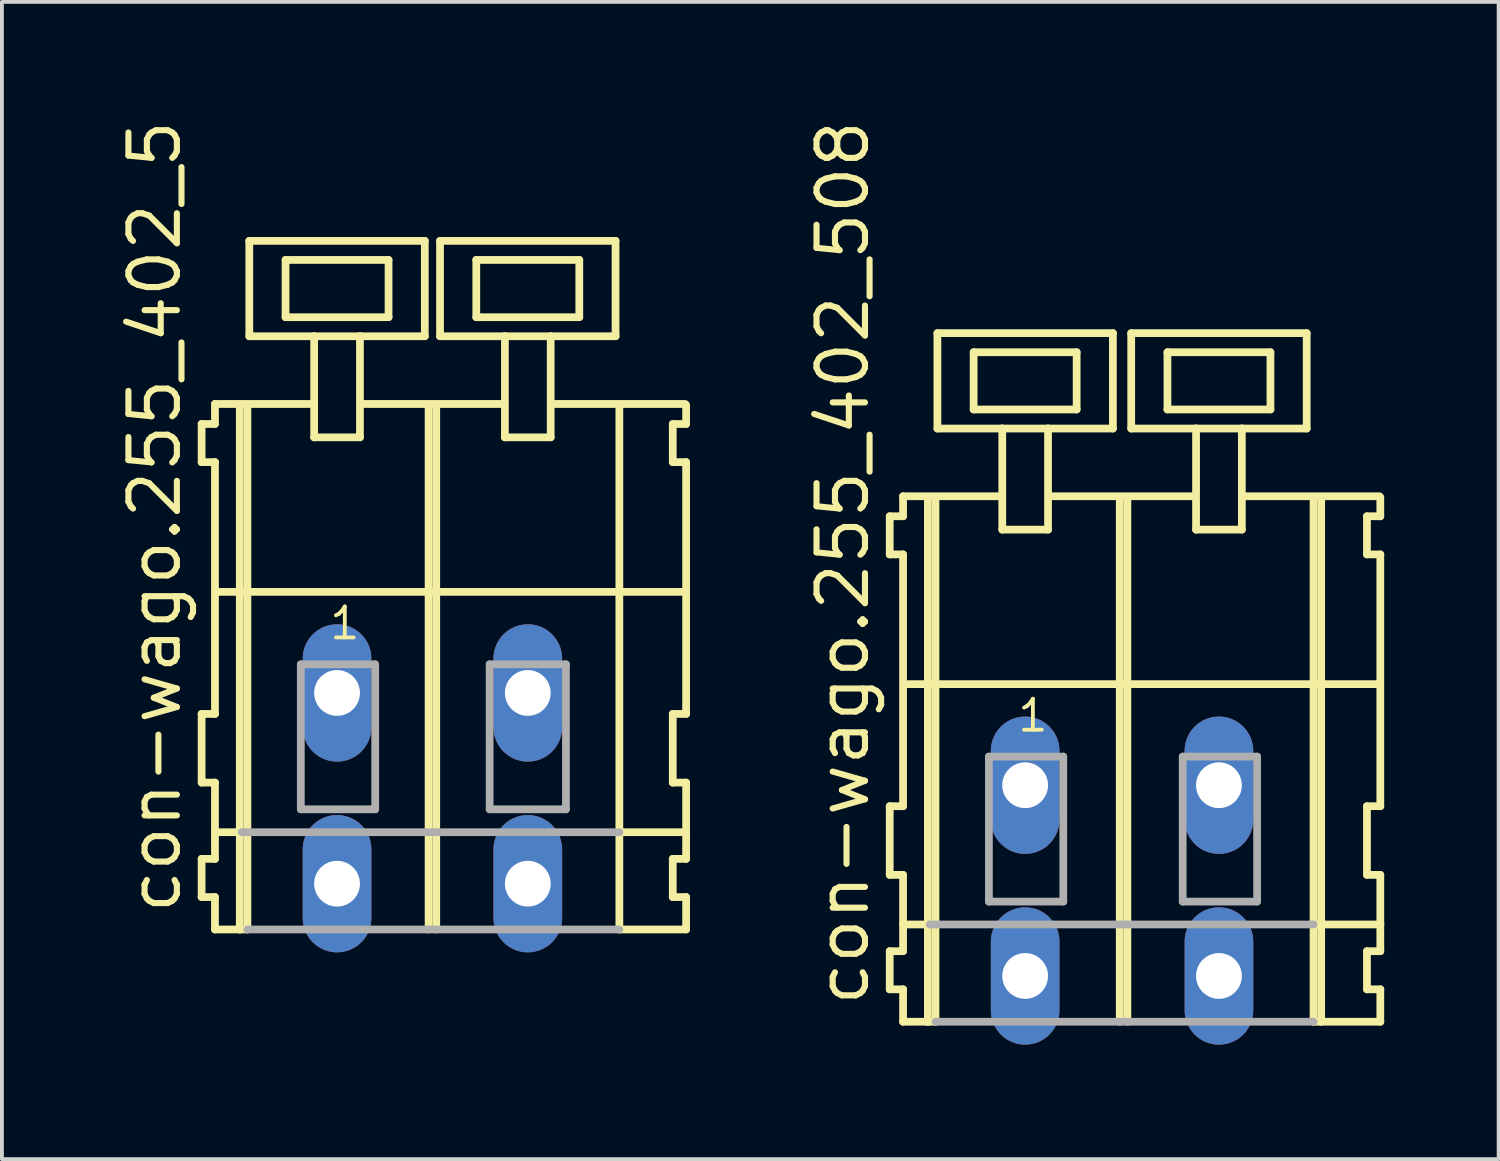
<source format=kicad_pcb>
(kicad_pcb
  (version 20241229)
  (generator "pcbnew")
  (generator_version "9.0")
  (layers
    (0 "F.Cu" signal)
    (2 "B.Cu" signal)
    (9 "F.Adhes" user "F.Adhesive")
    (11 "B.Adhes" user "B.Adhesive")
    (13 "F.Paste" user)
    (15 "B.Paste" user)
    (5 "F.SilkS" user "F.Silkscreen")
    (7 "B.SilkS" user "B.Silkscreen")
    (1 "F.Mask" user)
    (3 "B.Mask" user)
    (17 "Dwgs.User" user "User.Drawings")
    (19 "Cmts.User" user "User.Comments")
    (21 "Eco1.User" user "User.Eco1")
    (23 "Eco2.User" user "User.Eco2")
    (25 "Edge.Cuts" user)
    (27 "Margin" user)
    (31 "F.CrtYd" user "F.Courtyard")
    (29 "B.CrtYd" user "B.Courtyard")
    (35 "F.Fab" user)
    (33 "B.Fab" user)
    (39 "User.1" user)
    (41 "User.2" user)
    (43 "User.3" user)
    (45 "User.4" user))
  (footprint "con-wago.255_402_508"
    (layer "F.Cu")
    (at 26.362 17.533)
    (property "Reference" "con-wago.255_402_508" (at -6.575 5.855 90) (layer "F.SilkS") (effects (font (size 1.27 1.27) (thickness 0.16)) (justify left bottom)))
    (attr through_hole)
    (fp_line (start -6.09 -7.05) (end -6.09 -6.05) (stroke (width 0.203) (type default)) (layer "F.SilkS"))
    (fp_line (start -6.09 -6.05) (end -5.74 -6.05) (stroke (width 0.203) (type default)) (layer "F.SilkS"))
    (fp_line (start -6.09 0.55) (end -6.09 2.35) (stroke (width 0.203) (type default)) (layer "F.SilkS"))
    (fp_line (start -6.09 2.35) (end -5.74 2.35) (stroke (width 0.203) (type default)) (layer "F.SilkS"))
    (fp_line (start -6.09 4.35) (end -6.09 5.35) (stroke (width 0.203) (type default)) (layer "F.SilkS"))
    (fp_line (start -6.09 5.35) (end -5.74 5.35) (stroke (width 0.203) (type default)) (layer "F.SilkS"))
    (fp_line (start -5.74 -7.575) (end -5.74 -7.05) (stroke (width 0.203) (type default)) (layer "F.SilkS"))
    (fp_line (start -5.74 -7.575) (end -3.165 -7.575) (stroke (width 0.203) (type default)) (layer "F.SilkS"))
    (fp_line (start -5.74 -7.05) (end -6.09 -7.05) (stroke (width 0.203) (type default)) (layer "F.SilkS"))
    (fp_line (start -5.74 -6.05) (end -5.74 0.55) (stroke (width 0.203) (type default)) (layer "F.SilkS"))
    (fp_line (start -5.74 0.55) (end -6.09 0.55) (stroke (width 0.203) (type default)) (layer "F.SilkS"))
    (fp_line (start -5.74 2.35) (end -5.74 4.35) (stroke (width 0.203) (type default)) (layer "F.SilkS"))
    (fp_line (start -5.74 3.65) (end -5.04 3.65) (stroke (width 0.203) (type default)) (layer "F.SilkS"))
    (fp_line (start -5.74 4.35) (end -6.09 4.35) (stroke (width 0.203) (type default)) (layer "F.SilkS"))
    (fp_line (start -5.74 5.35) (end -5.74 6.2) (stroke (width 0.203) (type default)) (layer "F.SilkS"))
    (fp_line (start -5.74 6.2) (end -5.09 6.2) (stroke (width 0.203) (type default)) (layer "F.SilkS"))
    (fp_line (start -5.69 -2.65) (end 6.72 -2.65) (stroke (width 0.203) (type default)) (layer "F.SilkS"))
    (fp_line (start -5.09 -7.55) (end -5.09 6.2) (stroke (width 0.203) (type default)) (layer "F.SilkS"))
    (fp_line (start -5.09 6.2) (end -4.89 6.2) (stroke (width 0.203) (type default)) (layer "F.SilkS"))
    (fp_line (start -4.89 -7.55) (end -4.89 6.2) (stroke (width 0.203) (type default)) (layer "F.SilkS"))
    (fp_line (start -4.84 -11.85) (end -4.84 -9.35) (stroke (width 0.203) (type default)) (layer "F.SilkS"))
    (fp_line (start -4.84 -9.35) (end -3.14 -9.35) (stroke (width 0.203) (type default)) (layer "F.SilkS"))
    (fp_line (start -3.89 -11.35) (end -3.89 -9.85) (stroke (width 0.203) (type default)) (layer "F.SilkS"))
    (fp_line (start -3.89 -9.85) (end -1.19 -9.85) (stroke (width 0.203) (type default)) (layer "F.SilkS"))
    (fp_line (start -3.14 -9.35) (end -3.14 -6.7) (stroke (width 0.203) (type default)) (layer "F.SilkS"))
    (fp_line (start -3.14 -9.35) (end -1.94 -9.35) (stroke (width 0.203) (type default)) (layer "F.SilkS"))
    (fp_line (start -3.14 -6.7) (end -1.94 -6.7) (stroke (width 0.203) (type default)) (layer "F.SilkS"))
    (fp_line (start -1.94 -9.35) (end -0.24 -9.35) (stroke (width 0.203) (type default)) (layer "F.SilkS"))
    (fp_line (start -1.94 -6.7) (end -1.94 -9.35) (stroke (width 0.203) (type default)) (layer "F.SilkS"))
    (fp_line (start -1.915 -7.575) (end 1.919 -7.575) (stroke (width 0.203) (type default)) (layer "F.SilkS"))
    (fp_line (start -1.19 -11.35) (end -3.89 -11.35) (stroke (width 0.203) (type default)) (layer "F.SilkS"))
    (fp_line (start -1.19 -9.85) (end -1.19 -11.35) (stroke (width 0.203) (type default)) (layer "F.SilkS"))
    (fp_line (start -0.24 -11.85) (end -4.84 -11.85) (stroke (width 0.203) (type default)) (layer "F.SilkS"))
    (fp_line (start -0.24 -9.35) (end -0.24 -11.85) (stroke (width 0.203) (type default)) (layer "F.SilkS"))
    (fp_line (start -0.06 -7.55) (end -0.06 6.2) (stroke (width 0.203) (type default)) (layer "F.SilkS"))
    (fp_line (start 0.14 -7.55) (end 0.14 6.2) (stroke (width 0.203) (type default)) (layer "F.SilkS"))
    (fp_line (start 0.24 -11.85) (end 0.24 -9.35) (stroke (width 0.203) (type default)) (layer "F.SilkS"))
    (fp_line (start 0.24 -9.35) (end 1.94 -9.35) (stroke (width 0.203) (type default)) (layer "F.SilkS"))
    (fp_line (start 1.19 -11.35) (end 1.19 -9.85) (stroke (width 0.203) (type default)) (layer "F.SilkS"))
    (fp_line (start 1.19 -9.85) (end 3.89 -9.85) (stroke (width 0.203) (type default)) (layer "F.SilkS"))
    (fp_line (start 1.94 -9.35) (end 1.94 -6.7) (stroke (width 0.203) (type default)) (layer "F.SilkS"))
    (fp_line (start 1.94 -9.35) (end 3.14 -9.35) (stroke (width 0.203) (type default)) (layer "F.SilkS"))
    (fp_line (start 1.94 -6.7) (end 3.14 -6.7) (stroke (width 0.203) (type default)) (layer "F.SilkS"))
    (fp_line (start 3.14 -9.35) (end 4.84 -9.35) (stroke (width 0.203) (type default)) (layer "F.SilkS"))
    (fp_line (start 3.14 -6.7) (end 3.14 -9.35) (stroke (width 0.203) (type default)) (layer "F.SilkS"))
    (fp_line (start 3.165 -7.575) (end 6.745 -7.575) (stroke (width 0.203) (type default)) (layer "F.SilkS"))
    (fp_line (start 3.89 -11.35) (end 1.19 -11.35) (stroke (width 0.203) (type default)) (layer "F.SilkS"))
    (fp_line (start 3.89 -9.85) (end 3.89 -11.35) (stroke (width 0.203) (type default)) (layer "F.SilkS"))
    (fp_line (start 4.84 -11.85) (end 0.24 -11.85) (stroke (width 0.203) (type default)) (layer "F.SilkS"))
    (fp_line (start 4.84 -9.35) (end 4.84 -11.85) (stroke (width 0.203) (type default)) (layer "F.SilkS"))
    (fp_line (start 5.02 -7.55) (end 5.02 6.2) (stroke (width 0.203) (type default)) (layer "F.SilkS"))
    (fp_line (start 5.02 6.2) (end 6.77 6.2) (stroke (width 0.203) (type default)) (layer "F.SilkS"))
    (fp_line (start 5.07 3.65) (end 6.77 3.65) (stroke (width 0.203) (type default)) (layer "F.SilkS"))
    (fp_line (start 5.22 -7.55) (end 5.22 6.2) (stroke (width 0.203) (type default)) (layer "F.SilkS"))
    (fp_line (start 6.42 -7.05) (end 6.42 -6.05) (stroke (width 0.203) (type default)) (layer "F.SilkS"))
    (fp_line (start 6.42 -6.05) (end 6.77 -6.05) (stroke (width 0.203) (type default)) (layer "F.SilkS"))
    (fp_line (start 6.42 0.55) (end 6.42 2.35) (stroke (width 0.203) (type default)) (layer "F.SilkS"))
    (fp_line (start 6.42 2.35) (end 6.77 2.35) (stroke (width 0.203) (type default)) (layer "F.SilkS"))
    (fp_line (start 6.42 4.35) (end 6.42 5.35) (stroke (width 0.203) (type default)) (layer "F.SilkS"))
    (fp_line (start 6.42 5.35) (end 6.77 5.35) (stroke (width 0.203) (type default)) (layer "F.SilkS"))
    (fp_line (start 6.77 -7.05) (end 6.42 -7.05) (stroke (width 0.203) (type default)) (layer "F.SilkS"))
    (fp_line (start 6.77 -7.05) (end 6.77 -7.55) (stroke (width 0.203) (type default)) (layer "F.SilkS"))
    (fp_line (start 6.77 0.55) (end 6.42 0.55) (stroke (width 0.203) (type default)) (layer "F.SilkS"))
    (fp_line (start 6.77 0.55) (end 6.77 -6.05) (stroke (width 0.203) (type default)) (layer "F.SilkS"))
    (fp_line (start 6.77 3.65) (end 6.77 2.35) (stroke (width 0.203) (type default)) (layer "F.SilkS"))
    (fp_line (start 6.77 4.35) (end 6.42 4.35) (stroke (width 0.203) (type default)) (layer "F.SilkS"))
    (fp_line (start 6.77 4.35) (end 6.77 3.65) (stroke (width 0.203) (type default)) (layer "F.SilkS"))
    (fp_line (start 6.77 6.2) (end 6.77 5.35) (stroke (width 0.203) (type default)) (layer "F.SilkS"))
    (fp_line (start -5.04 3.65) (end 5.02 3.65) (stroke (width 0.203) (type default)) (layer "F.Fab"))
    (fp_line (start -4.89 6.2) (end 5.02 6.2) (stroke (width 0.203) (type default)) (layer "F.Fab"))
    (fp_line (start -3.49 -0.75) (end -3.49 3.05) (stroke (width 0.203) (type default)) (layer "F.Fab"))
    (fp_line (start -3.49 3.05) (end -1.54 3.05) (stroke (width 0.203) (type default)) (layer "F.Fab"))
    (fp_line (start -1.54 -0.75) (end -3.49 -0.75) (stroke (width 0.203) (type default)) (layer "F.Fab"))
    (fp_line (start -1.54 3.05) (end -1.54 -0.75) (stroke (width 0.203) (type default)) (layer "F.Fab"))
    (fp_line (start 1.59 -0.75) (end 1.59 3.05) (stroke (width 0.203) (type default)) (layer "F.Fab"))
    (fp_line (start 1.59 3.05) (end 3.54 3.05) (stroke (width 0.203) (type default)) (layer "F.Fab"))
    (fp_line (start 3.54 -0.75) (end 1.59 -0.75) (stroke (width 0.203) (type default)) (layer "F.Fab"))
    (fp_line (start 3.54 3.05) (end 3.54 -0.75) (stroke (width 0.203) (type default)) (layer "F.Fab"))
    (fp_text user "1" (at -2.79 -1.35 0) (layer "F.SilkS") (effects (font (size 0.813 0.813) (thickness 0.1)) (justify left bottom)))
    (pad "A1" thru_hole oval (at -2.54 0 90) (size 3.6 1.8) (drill 1.2) (layers "*.Cu" "*.Mask"))
    (pad "A2" thru_hole oval (at 2.54 0 90) (size 3.6 1.8) (drill 1.2) (layers "*.Cu" "*.Mask"))
    (pad "B1" thru_hole oval (at -2.54 5 90) (size 3.6 1.8) (drill 1.2) (layers "*.Cu" "*.Mask"))
    (pad "B2" thru_hole oval (at 2.54 5 90) (size 3.6 1.8) (drill 1.2) (layers "*.Cu" "*.Mask")))
  (footprint "con-wago.255_402_5"
    (layer "F.Cu")
    (at 8.285 15.114)
    (property "Reference" "con-wago.255_402_5" (at -6.535 5.855 90) (layer "F.SilkS") (effects (font (size 1.27 1.27) (thickness 0.16)) (justify left bottom)))
    (attr through_hole)
    (fp_line (start -6.05 -7.05) (end -6.05 -6.05) (stroke (width 0.203) (type default)) (layer "F.SilkS"))
    (fp_line (start -6.05 -6.05) (end -5.7 -6.05) (stroke (width 0.203) (type default)) (layer "F.SilkS"))
    (fp_line (start -6.05 0.55) (end -6.05 2.35) (stroke (width 0.203) (type default)) (layer "F.SilkS"))
    (fp_line (start -6.05 2.35) (end -5.7 2.35) (stroke (width 0.203) (type default)) (layer "F.SilkS"))
    (fp_line (start -6.05 4.35) (end -6.05 5.35) (stroke (width 0.203) (type default)) (layer "F.SilkS"))
    (fp_line (start -6.05 5.35) (end -5.7 5.35) (stroke (width 0.203) (type default)) (layer "F.SilkS"))
    (fp_line (start -5.7 -7.575) (end -5.7 -7.05) (stroke (width 0.203) (type default)) (layer "F.SilkS"))
    (fp_line (start -5.7 -7.575) (end -3.125 -7.575) (stroke (width 0.203) (type default)) (layer "F.SilkS"))
    (fp_line (start -5.7 -7.05) (end -6.05 -7.05) (stroke (width 0.203) (type default)) (layer "F.SilkS"))
    (fp_line (start -5.7 -6.05) (end -5.7 0.55) (stroke (width 0.203) (type default)) (layer "F.SilkS"))
    (fp_line (start -5.7 0.55) (end -6.05 0.55) (stroke (width 0.203) (type default)) (layer "F.SilkS"))
    (fp_line (start -5.7 2.35) (end -5.7 4.35) (stroke (width 0.203) (type default)) (layer "F.SilkS"))
    (fp_line (start -5.7 3.65) (end -5 3.65) (stroke (width 0.203) (type default)) (layer "F.SilkS"))
    (fp_line (start -5.7 4.35) (end -6.05 4.35) (stroke (width 0.203) (type default)) (layer "F.SilkS"))
    (fp_line (start -5.7 5.35) (end -5.7 6.2) (stroke (width 0.203) (type default)) (layer "F.SilkS"))
    (fp_line (start -5.7 6.2) (end -5.05 6.2) (stroke (width 0.203) (type default)) (layer "F.SilkS"))
    (fp_line (start -5.65 -2.65) (end 6.6 -2.65) (stroke (width 0.203) (type default)) (layer "F.SilkS"))
    (fp_line (start -5.05 -7.55) (end -5.05 6.2) (stroke (width 0.203) (type default)) (layer "F.SilkS"))
    (fp_line (start -5.05 6.2) (end -4.85 6.2) (stroke (width 0.203) (type default)) (layer "F.SilkS"))
    (fp_line (start -4.85 -7.55) (end -4.85 6.2) (stroke (width 0.203) (type default)) (layer "F.SilkS"))
    (fp_line (start -4.8 -11.85) (end -4.8 -9.35) (stroke (width 0.203) (type default)) (layer "F.SilkS"))
    (fp_line (start -4.8 -9.35) (end -3.1 -9.35) (stroke (width 0.203) (type default)) (layer "F.SilkS"))
    (fp_line (start -3.85 -11.35) (end -3.85 -9.85) (stroke (width 0.203) (type default)) (layer "F.SilkS"))
    (fp_line (start -3.85 -9.85) (end -1.15 -9.85) (stroke (width 0.203) (type default)) (layer "F.SilkS"))
    (fp_line (start -3.1 -9.35) (end -3.1 -6.7) (stroke (width 0.203) (type default)) (layer "F.SilkS"))
    (fp_line (start -3.1 -9.35) (end -1.9 -9.35) (stroke (width 0.203) (type default)) (layer "F.SilkS"))
    (fp_line (start -3.1 -6.7) (end -1.9 -6.7) (stroke (width 0.203) (type default)) (layer "F.SilkS"))
    (fp_line (start -1.9 -9.35) (end -0.2 -9.35) (stroke (width 0.203) (type default)) (layer "F.SilkS"))
    (fp_line (start -1.9 -6.7) (end -1.9 -9.35) (stroke (width 0.203) (type default)) (layer "F.SilkS"))
    (fp_line (start -1.825 -7.575) (end 1.875 -7.575) (stroke (width 0.203) (type default)) (layer "F.SilkS"))
    (fp_line (start -1.15 -11.35) (end -3.85 -11.35) (stroke (width 0.203) (type default)) (layer "F.SilkS"))
    (fp_line (start -1.15 -9.85) (end -1.15 -11.35) (stroke (width 0.203) (type default)) (layer "F.SilkS"))
    (fp_line (start -0.2 -11.85) (end -4.8 -11.85) (stroke (width 0.203) (type default)) (layer "F.SilkS"))
    (fp_line (start -0.2 -9.35) (end -0.2 -11.85) (stroke (width 0.203) (type default)) (layer "F.SilkS"))
    (fp_line (start -0.1 -7.55) (end -0.1 6.2) (stroke (width 0.203) (type default)) (layer "F.SilkS"))
    (fp_line (start 0.1 -7.55) (end 0.1 6.2) (stroke (width 0.203) (type default)) (layer "F.SilkS"))
    (fp_line (start 0.2 -11.85) (end 0.2 -9.35) (stroke (width 0.203) (type default)) (layer "F.SilkS"))
    (fp_line (start 0.2 -9.35) (end 1.9 -9.35) (stroke (width 0.203) (type default)) (layer "F.SilkS"))
    (fp_line (start 1.15 -11.35) (end 1.15 -9.85) (stroke (width 0.203) (type default)) (layer "F.SilkS"))
    (fp_line (start 1.15 -9.85) (end 3.85 -9.85) (stroke (width 0.203) (type default)) (layer "F.SilkS"))
    (fp_line (start 1.9 -9.35) (end 1.9 -6.7) (stroke (width 0.203) (type default)) (layer "F.SilkS"))
    (fp_line (start 1.9 -9.35) (end 3.1 -9.35) (stroke (width 0.203) (type default)) (layer "F.SilkS"))
    (fp_line (start 1.9 -6.7) (end 3.1 -6.7) (stroke (width 0.203) (type default)) (layer "F.SilkS"))
    (fp_line (start 3.1 -9.35) (end 4.8 -9.35) (stroke (width 0.203) (type default)) (layer "F.SilkS"))
    (fp_line (start 3.1 -6.7) (end 3.1 -9.35) (stroke (width 0.203) (type default)) (layer "F.SilkS"))
    (fp_line (start 3.125 -7.575) (end 6.625 -7.575) (stroke (width 0.203) (type default)) (layer "F.SilkS"))
    (fp_line (start 3.85 -11.35) (end 1.15 -11.35) (stroke (width 0.203) (type default)) (layer "F.SilkS"))
    (fp_line (start 3.85 -9.85) (end 3.85 -11.35) (stroke (width 0.203) (type default)) (layer "F.SilkS"))
    (fp_line (start 4.8 -11.85) (end 0.2 -11.85) (stroke (width 0.203) (type default)) (layer "F.SilkS"))
    (fp_line (start 4.8 -9.35) (end 4.8 -11.85) (stroke (width 0.203) (type default)) (layer "F.SilkS"))
    (fp_line (start 4.9 -7.55) (end 4.9 6.2) (stroke (width 0.203) (type default)) (layer "F.SilkS"))
    (fp_line (start 4.9 6.2) (end 6.65 6.2) (stroke (width 0.203) (type default)) (layer "F.SilkS"))
    (fp_line (start 4.95 3.65) (end 6.65 3.65) (stroke (width 0.203) (type default)) (layer "F.SilkS"))
    (fp_line (start 6.3 -7.05) (end 6.3 -6.05) (stroke (width 0.203) (type default)) (layer "F.SilkS"))
    (fp_line (start 6.3 -6.05) (end 6.65 -6.05) (stroke (width 0.203) (type default)) (layer "F.SilkS"))
    (fp_line (start 6.3 0.55) (end 6.3 2.35) (stroke (width 0.203) (type default)) (layer "F.SilkS"))
    (fp_line (start 6.3 2.35) (end 6.65 2.35) (stroke (width 0.203) (type default)) (layer "F.SilkS"))
    (fp_line (start 6.3 4.35) (end 6.3 5.35) (stroke (width 0.203) (type default)) (layer "F.SilkS"))
    (fp_line (start 6.3 5.35) (end 6.65 5.35) (stroke (width 0.203) (type default)) (layer "F.SilkS"))
    (fp_line (start 6.65 -7.05) (end 6.3 -7.05) (stroke (width 0.203) (type default)) (layer "F.SilkS"))
    (fp_line (start 6.65 -7.05) (end 6.65 -7.55) (stroke (width 0.203) (type default)) (layer "F.SilkS"))
    (fp_line (start 6.65 0.55) (end 6.3 0.55) (stroke (width 0.203) (type default)) (layer "F.SilkS"))
    (fp_line (start 6.65 0.55) (end 6.65 -6.05) (stroke (width 0.203) (type default)) (layer "F.SilkS"))
    (fp_line (start 6.65 3.65) (end 6.65 2.35) (stroke (width 0.203) (type default)) (layer "F.SilkS"))
    (fp_line (start 6.65 4.35) (end 6.3 4.35) (stroke (width 0.203) (type default)) (layer "F.SilkS"))
    (fp_line (start 6.65 4.35) (end 6.65 3.65) (stroke (width 0.203) (type default)) (layer "F.SilkS"))
    (fp_line (start 6.65 6.2) (end 6.65 5.35) (stroke (width 0.203) (type default)) (layer "F.SilkS"))
    (fp_line (start -5 3.65) (end 4.9 3.65) (stroke (width 0.203) (type default)) (layer "F.Fab"))
    (fp_line (start -4.85 6.2) (end 4.9 6.2) (stroke (width 0.203) (type default)) (layer "F.Fab"))
    (fp_line (start -3.45 -0.75) (end -3.45 3.05) (stroke (width 0.203) (type default)) (layer "F.Fab"))
    (fp_line (start -3.45 3.05) (end -1.5 3.05) (stroke (width 0.203) (type default)) (layer "F.Fab"))
    (fp_line (start -1.5 -0.75) (end -3.45 -0.75) (stroke (width 0.203) (type default)) (layer "F.Fab"))
    (fp_line (start -1.5 3.05) (end -1.5 -0.75) (stroke (width 0.203) (type default)) (layer "F.Fab"))
    (fp_line (start 1.5 -0.75) (end 1.5 3.05) (stroke (width 0.203) (type default)) (layer "F.Fab"))
    (fp_line (start 1.5 3.05) (end 3.5 3.05) (stroke (width 0.203) (type default)) (layer "F.Fab"))
    (fp_line (start 3.5 -0.75) (end 1.5 -0.75) (stroke (width 0.203) (type default)) (layer "F.Fab"))
    (fp_line (start 3.5 3.05) (end 3.5 -0.75) (stroke (width 0.203) (type default)) (layer "F.Fab"))
    (fp_text user "1" (at -2.75 -1.35 0) (layer "F.SilkS") (effects (font (size 0.813 0.813) (thickness 0.1)) (justify left bottom)))
    (pad "A1" thru_hole oval (at -2.5 0 90) (size 3.6 1.8) (drill 1.2) (layers "*.Cu" "*.Mask"))
    (pad "A2" thru_hole oval (at 2.5 0 90) (size 3.6 1.8) (drill 1.2) (layers "*.Cu" "*.Mask"))
    (pad "B1" thru_hole oval (at -2.5 5 90) (size 3.6 1.8) (drill 1.2) (layers "*.Cu" "*.Mask"))
    (pad "B2" thru_hole oval (at 2.5 5 90) (size 3.6 1.8) (drill 1.2) (layers "*.Cu" "*.Mask")))
  (gr_rect
    (start -3 -3)
    (end 36.233 27.333)
    (stroke (width 0.1) (type default))
    (fill no)
    (layer "Edge.Cuts")))
</source>
